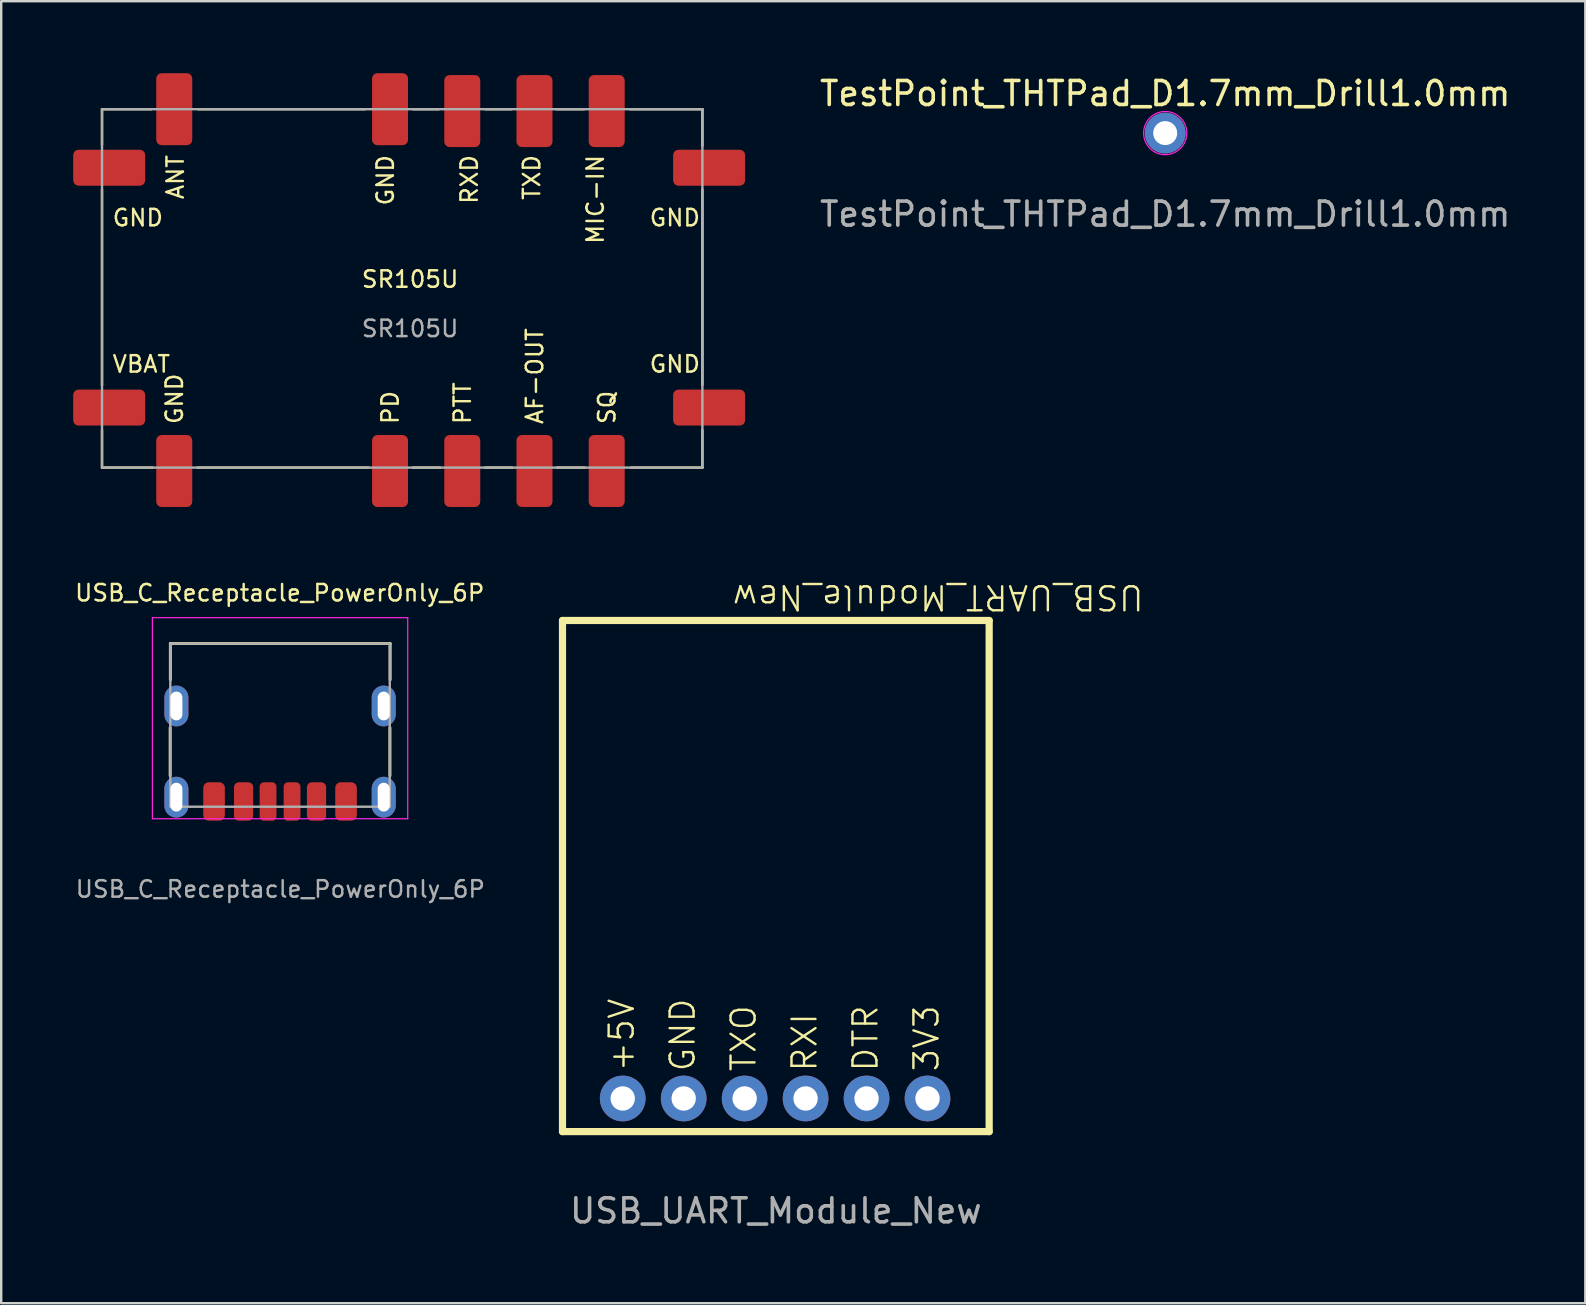
<source format=kicad_pcb>
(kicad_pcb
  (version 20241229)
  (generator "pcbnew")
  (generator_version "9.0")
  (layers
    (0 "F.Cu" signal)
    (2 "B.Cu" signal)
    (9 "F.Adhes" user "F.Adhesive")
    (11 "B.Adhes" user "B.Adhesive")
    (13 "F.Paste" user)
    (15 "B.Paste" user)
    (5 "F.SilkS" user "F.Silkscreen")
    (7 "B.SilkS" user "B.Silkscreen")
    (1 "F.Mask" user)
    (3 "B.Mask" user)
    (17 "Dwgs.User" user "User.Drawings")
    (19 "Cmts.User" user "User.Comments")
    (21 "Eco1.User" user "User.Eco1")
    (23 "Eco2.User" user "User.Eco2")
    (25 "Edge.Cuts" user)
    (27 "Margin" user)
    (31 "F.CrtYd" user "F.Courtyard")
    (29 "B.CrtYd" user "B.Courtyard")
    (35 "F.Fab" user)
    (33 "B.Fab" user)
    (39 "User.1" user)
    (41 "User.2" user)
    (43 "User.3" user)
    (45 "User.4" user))
  (footprint "USB_C_Receptacle_PowerOnly_6P"
    (layer "F.Cu")
    (at 8.607 27.169)
    (property "Reference" "USB_C_Receptacle_PowerOnly_6P" (at 0 -5.512 0) (unlocked yes) (layer "F.SilkS") (effects (font (size 0.686 0.686) (thickness 0.102))))
    (attr smd)
    (fp_line (start -4.567 2.108) (end -4.567 0.108) (stroke (width 0.12) (type solid)) (layer "F.SilkS"))
    (fp_line (start -4.559 -1.89) (end -4.559 -3.4) (stroke (width 0.12) (type solid)) (layer "F.SilkS"))
    (fp_line (start 4.593 2.108) (end 4.593 0.108) (stroke (width 0.12) (type solid)) (layer "F.SilkS"))
    (fp_line (start 4.601 -3.4) (end -4.559 -3.4) (stroke (width 0.12) (type solid)) (layer "F.SilkS"))
    (fp_line (start 4.601 -1.89) (end 4.601 -3.4) (stroke (width 0.12) (type solid)) (layer "F.SilkS"))
    (fp_line (start -5.307 -4.48) (end -5.307 3.9) (stroke (width 0.05) (type solid)) (layer "F.CrtYd"))
    (fp_line (start -5.307 -4.48) (end 5.333 -4.48) (stroke (width 0.05) (type solid)) (layer "F.CrtYd"))
    (fp_line (start -5.307 3.9) (end 5.333 3.9) (stroke (width 0.05) (type solid)) (layer "F.CrtYd"))
    (fp_line (start 5.333 -4.48) (end 5.333 3.9) (stroke (width 0.05) (type solid)) (layer "F.CrtYd"))
    (fp_rect (start -4.559 -3.4) (end 4.585 3.4) (stroke (width 0.1) (type default)) (fill no) (layer "F.Fab"))
    (fp_text user "${REFERENCE}" (at 0.025 6.833 0) (unlocked yes) (layer "F.Fab") (effects (font (size 0.686 0.686) (thickness 0.102))))
    (pad "A5" smd roundrect (at 0.513 3.18 180) (size 0.7 1.6) (layers "F.Cu" "F.Mask" "F.Paste") (roundrect_rratio 0.25))
    (pad "A9" smd roundrect (at -1.507 3.18 180) (size 0.8 1.6) (layers "F.Cu" "F.Mask" "F.Paste") (roundrect_rratio 0.25))
    (pad "A12" smd roundrect (at -2.737 3.18 180) (size 0.9 1.6) (layers "F.Cu" "F.Mask" "F.Paste") (roundrect_rratio 0.25))
    (pad "B5" smd roundrect (at -0.487 3.18 180) (size 0.7 1.6) (layers "F.Cu" "F.Mask" "F.Paste") (roundrect_rratio 0.25))
    (pad "B9" smd roundrect (at 1.533 3.18 180) (size 0.8 1.6) (layers "F.Cu" "F.Mask" "F.Paste") (roundrect_rratio 0.25))
    (pad "B12" smd roundrect (at 2.763 3.18 180) (size 0.9 1.6) (layers "F.Cu" "F.Mask" "F.Paste") (roundrect_rratio 0.25))
    (pad "S1" thru_hole oval (at -4.307 -0.8 180) (size 1 1.7) (drill oval 0.5 1.2) (property pad_prop_heatsink) (layers "*.Cu" "*.Mask"))
    (pad "S1" thru_hole oval (at -4.307 3 180) (size 1 1.7) (drill oval 0.5 1.2) (property pad_prop_heatsink) (layers "*.Cu" "*.Mask"))
    (pad "S1" thru_hole oval (at 4.333 -0.8 180) (size 1 1.7) (drill oval 0.5 1.2) (property pad_prop_heatsink) (layers "*.Cu" "*.Mask"))
    (pad "S1" thru_hole oval (at 4.333 3 180) (size 1 1.7) (drill oval 0.5 1.2) (property pad_prop_heatsink) (layers "*.Cu" "*.Mask")))
  (footprint "SR105U"
    (layer "F.Cu")
    (at 14.041 8.93)
    (property "Reference" "SR105U" (at 0 -0.343 0) (unlocked yes) (layer "F.SilkS") (effects (font (size 0.686 0.686) (thickness 0.102))))
    (attr smd)
    (fp_line (start -12.84 -7.429) (end -12.84 -5.956) (stroke (width 0.1) (type default)) (layer "F.SilkS"))
    (fp_line (start -12.84 -7.429) (end -10.795 -7.429) (stroke (width 0.1) (type default)) (layer "F.SilkS"))
    (fp_line (start -12.84 -4.089) (end -12.84 4.077) (stroke (width 0.1) (type default)) (layer "F.SilkS"))
    (fp_line (start -12.84 7.506) (end -12.84 5.944) (stroke (width 0.1) (type default)) (layer "F.SilkS"))
    (fp_line (start -10.732 7.506) (end -12.84 7.506) (stroke (width 0.1) (type default)) (layer "F.SilkS"))
    (fp_line (start -8.839 -7.429) (end -1.88 -7.429) (stroke (width 0.1) (type default)) (layer "F.SilkS"))
    (fp_line (start -1.74 7.506) (end -8.865 7.506) (stroke (width 0.1) (type default)) (layer "F.SilkS"))
    (fp_line (start 0.127 -7.429) (end 1.194 -7.429) (stroke (width 0.1) (type default)) (layer "F.SilkS"))
    (fp_line (start 1.257 7.506) (end 0.114 7.506) (stroke (width 0.1) (type default)) (layer "F.SilkS"))
    (fp_line (start 3.137 -7.429) (end 4.216 -7.429) (stroke (width 0.1) (type default)) (layer "F.SilkS"))
    (fp_line (start 4.255 7.506) (end 3.124 7.506) (stroke (width 0.1) (type default)) (layer "F.SilkS"))
    (fp_line (start 6.083 -7.429) (end 7.252 -7.429) (stroke (width 0.1) (type default)) (layer "F.SilkS"))
    (fp_line (start 7.277 7.506) (end 6.121 7.506) (stroke (width 0.1) (type default)) (layer "F.SilkS"))
    (fp_line (start 12.179 -7.43) (end 9.157 -7.43) (stroke (width 0.1) (type default)) (layer "F.SilkS"))
    (fp_line (start 12.179 -7.43) (end 12.179 -5.905) (stroke (width 0.1) (type default)) (layer "F.SilkS"))
    (fp_line (start 12.179 -4.077) (end 12.179 4.051) (stroke (width 0.1) (type default)) (layer "F.SilkS"))
    (fp_line (start 12.179 5.944) (end 12.179 7.506) (stroke (width 0.1) (type default)) (layer "F.SilkS"))
    (fp_line (start 12.179 7.506) (end 9.195 7.506) (stroke (width 0.1) (type default)) (layer "F.SilkS"))
    (fp_rect (start -12.84 -7.429) (end 12.179 7.506) (stroke (width 0.1) (type default)) (fill no) (layer "F.Fab"))
    (fp_text user "GND" (at -9.419 5.753 90) (unlocked yes) (layer "F.SilkS") (effects (font (size 0.686 0.686) (thickness 0.102)) (justify left bottom)))
    (fp_text user "MIC-IN" (at 8.12 -1.758 90) (unlocked yes) (layer "F.SilkS") (effects (font (size 0.686 0.686) (thickness 0.102)) (justify left bottom)))
    (fp_text user "PD" (at -0.427 5.753 90) (unlocked yes) (layer "F.SilkS") (effects (font (size 0.686 0.686) (thickness 0.102)) (justify left bottom)))
    (fp_text user "RXD" (at 2.87 -3.424 90) (unlocked yes) (layer "F.SilkS") (effects (font (size 0.686 0.686) (thickness 0.102)) (justify left bottom)))
    (fp_text user "GND" (at -12.459 -2.502 0) (unlocked yes) (layer "F.SilkS") (effects (font (size 0.686 0.686) (thickness 0.102)) (justify left bottom)))
    (fp_text user "SQ" (at 8.603 5.753 90) (unlocked yes) (layer "F.SilkS") (effects (font (size 0.686 0.686) (thickness 0.102)) (justify left bottom)))
    (fp_text user "GND" (at 9.919 3.594 0) (unlocked yes) (layer "F.SilkS") (effects (font (size 0.686 0.686) (thickness 0.102)) (justify left bottom)))
    (fp_text user "TXD" (at 5.47 -3.587 90) (unlocked yes) (layer "F.SilkS") (effects (font (size 0.686 0.686) (thickness 0.102)) (justify left bottom)))
    (fp_text user "GND" (at 9.919 -2.502 0) (unlocked yes) (layer "F.SilkS") (effects (font (size 0.686 0.686) (thickness 0.102)) (justify left bottom)))
    (fp_text user "AF-OUT" (at 5.593 5.753 90) (unlocked yes) (layer "F.SilkS") (effects (font (size 0.686 0.686) (thickness 0.102)) (justify left bottom)))
    (fp_text user "VBAT" (at -12.459 3.594 0) (unlocked yes) (layer "F.SilkS") (effects (font (size 0.686 0.686) (thickness 0.102)) (justify left bottom)))
    (fp_text user "PTT" (at 2.583 5.753 90) (unlocked yes) (layer "F.SilkS") (effects (font (size 0.686 0.686) (thickness 0.102)) (justify left bottom)))
    (fp_text user "GND" (at -0.63 -3.358 90) (unlocked yes) (layer "F.SilkS") (effects (font (size 0.686 0.686) (thickness 0.102)) (justify left bottom)))
    (fp_text user "ANT" (at -9.38 -3.619 90) (unlocked yes) (layer "F.SilkS") (effects (font (size 0.686 0.686) (thickness 0.102)) (justify left bottom)))
    (fp_text user "${REFERENCE}" (at 0 1.714 0) (unlocked yes) (layer "F.Fab") (effects (font (size 0.686 0.686) (thickness 0.102))))
    (pad "1" smd roundrect (at -9.83 7.648 90) (size 3 1.5) (layers "F.Cu" "F.Mask" "F.Paste") (roundrect_rratio 0.15))
    (pad "2" smd roundrect (at -0.838 7.648 90) (size 3 1.5) (layers "F.Cu" "F.Mask" "F.Paste") (roundrect_rratio 0.15))
    (pad "3" smd roundrect (at 2.172 7.648 90) (size 3 1.5) (layers "F.Cu" "F.Mask" "F.Paste") (roundrect_rratio 0.15))
    (pad "4" smd roundrect (at 5.182 7.648 90) (size 3 1.5) (layers "F.Cu" "F.Mask" "F.Paste") (roundrect_rratio 0.15))
    (pad "5" smd roundrect (at 8.191 7.648 90) (size 3 1.5) (layers "F.Cu" "F.Mask" "F.Paste") (roundrect_rratio 0.15))
    (pad "6" smd roundrect (at 12.459 5.004) (size 3 1.5) (layers "F.Cu" "F.Mask" "F.Paste") (roundrect_rratio 0.15))
    (pad "7" smd roundrect (at 12.459 -4.991) (size 3 1.5) (layers "F.Cu" "F.Mask" "F.Paste") (roundrect_rratio 0.15))
    (pad "8" smd roundrect (at 8.191 -7.352 90) (size 3 1.5) (layers "F.Cu" "F.Mask" "F.Paste") (roundrect_rratio 0.15))
    (pad "9" smd roundrect (at 5.182 -7.352 90) (size 3 1.5) (layers "F.Cu" "F.Mask" "F.Paste") (roundrect_rratio 0.15))
    (pad "10" smd roundrect (at 2.172 -7.352 90) (size 3 1.5) (layers "F.Cu" "F.Mask" "F.Paste") (roundrect_rratio 0.15))
    (pad "11" smd roundrect (at -0.838 -7.43 90) (size 3 1.5) (layers "F.Cu" "F.Mask" "F.Paste") (roundrect_rratio 0.15))
    (pad "12" smd roundrect (at -9.83 -7.43 90) (size 3 1.5) (layers "F.Cu" "F.Mask" "F.Paste") (roundrect_rratio 0.15))
    (pad "13" smd roundrect (at -12.541 -4.991) (size 3 1.5) (layers "F.Cu" "F.Mask" "F.Paste") (roundrect_rratio 0.15))
    (pad "14" smd roundrect (at -12.541 5.004) (size 3 1.5) (layers "F.Cu" "F.Mask" "F.Paste") (roundrect_rratio 0.15)))
  (footprint "TestPoint_THTPad_D1.7mm_Drill1.0mm"
    (layer "F.Cu")
    (at 45.506 2.496)
    (property "Reference" "TestPoint_THTPad_D1.7mm_Drill1.0mm" (at 0 -1.648 0) (layer "F.SilkS") (effects (font (size 1 1) (thickness 0.15))))
    (attr exclude_from_pos_files exclude_from_bom)
    (fp_circle (center 0 0) (end 0.9 0) (stroke (width 0.05) (type solid)) (fill no) (layer "F.CrtYd"))
    (fp_text user "${REFERENCE}" (at 0 3.378 0) (layer "F.Fab") (effects (font (size 1 1) (thickness 0.15))))
    (pad "1" thru_hole circle (at 0 0) (size 1.7 1.7) (drill 1) (layers "*.Cu" "*.Mask")))
  (footprint "USB_UART_Module_New"
    (layer "F.Cu")
    (at 29.28 37.807)
    (property "Reference" "USB_UART_Module_New" (at 6.764 -15.969 180) (unlocked yes) (layer "F.SilkS") (effects (font (size 1 1) (thickness 0.1))))
    (attr through_hole)
    (fp_line (start -8.89 -15) (end -8.89 6.299) (stroke (width 0.3) (type solid)) (layer "F.SilkS"))
    (fp_line (start -8.89 6.299) (end 8.89 6.299) (stroke (width 0.3) (type solid)) (layer "F.SilkS"))
    (fp_line (start 8.89 -15) (end -8.89 -15) (stroke (width 0.3) (type solid)) (layer "F.SilkS"))
    (fp_line (start 8.89 6.299) (end 8.89 -15) (stroke (width 0.3) (type solid)) (layer "F.SilkS"))
    (fp_text user "GND" (at -3.3 3.861 90) (unlocked yes) (layer "F.SilkS") (effects (font (size 1 1) (thickness 0.1)) (justify left bottom)))
    (fp_text user "+5V" (at -5.84 3.861 90) (unlocked yes) (layer "F.SilkS") (effects (font (size 1 1) (thickness 0.1)) (justify left bottom)))
    (fp_text user "3V3" (at 6.86 3.861 90) (unlocked yes) (layer "F.SilkS") (effects (font (size 1 1) (thickness 0.1)) (justify left bottom)))
    (fp_text user "TXO" (at -0.76 3.861 90) (unlocked yes) (layer "F.SilkS") (effects (font (size 1 1) (thickness 0.1)) (justify left bottom)))
    (fp_text user "DTR" (at 4.32 3.861 90) (unlocked yes) (layer "F.SilkS") (effects (font (size 1 1) (thickness 0.1)) (justify left bottom)))
    (fp_text user "RXI" (at 1.78 3.861 90) (unlocked yes) (layer "F.SilkS") (effects (font (size 1 1) (thickness 0.1)) (justify left bottom)))
    (fp_text user "${REFERENCE}" (at 0 9.601 0) (unlocked yes) (layer "F.Fab") (effects (font (size 1 1) (thickness 0.15))))
    (pad "1" thru_hole circle (at 6.321 4.918) (size 1.905 1.905) (drill 1.016) (layers "*.Cu" "*.Mask"))
    (pad "2" thru_hole circle (at 3.78 4.918) (size 1.905 1.905) (drill 1.016) (layers "*.Cu" "*.Mask"))
    (pad "3" thru_hole circle (at 1.24 4.918) (size 1.905 1.905) (drill 1.016) (layers "*.Cu" "*.Mask"))
    (pad "4" thru_hole circle (at -1.3 4.918) (size 1.905 1.905) (drill 1.016) (layers "*.Cu" "*.Mask"))
    (pad "5" thru_hole circle (at -3.84 4.918) (size 1.905 1.905) (drill 1.016) (layers "*.Cu" "*.Mask"))
    (pad "6" thru_hole circle (at -6.38 4.918) (size 1.905 1.905) (drill 1.016) (layers "*.Cu" "*.Mask")))
  (gr_rect
    (start -3 -3)
    (end 63.012 51.257)
    (stroke (width 0.1) (type default))
    (fill no)
    (layer "Edge.Cuts")))
</source>
